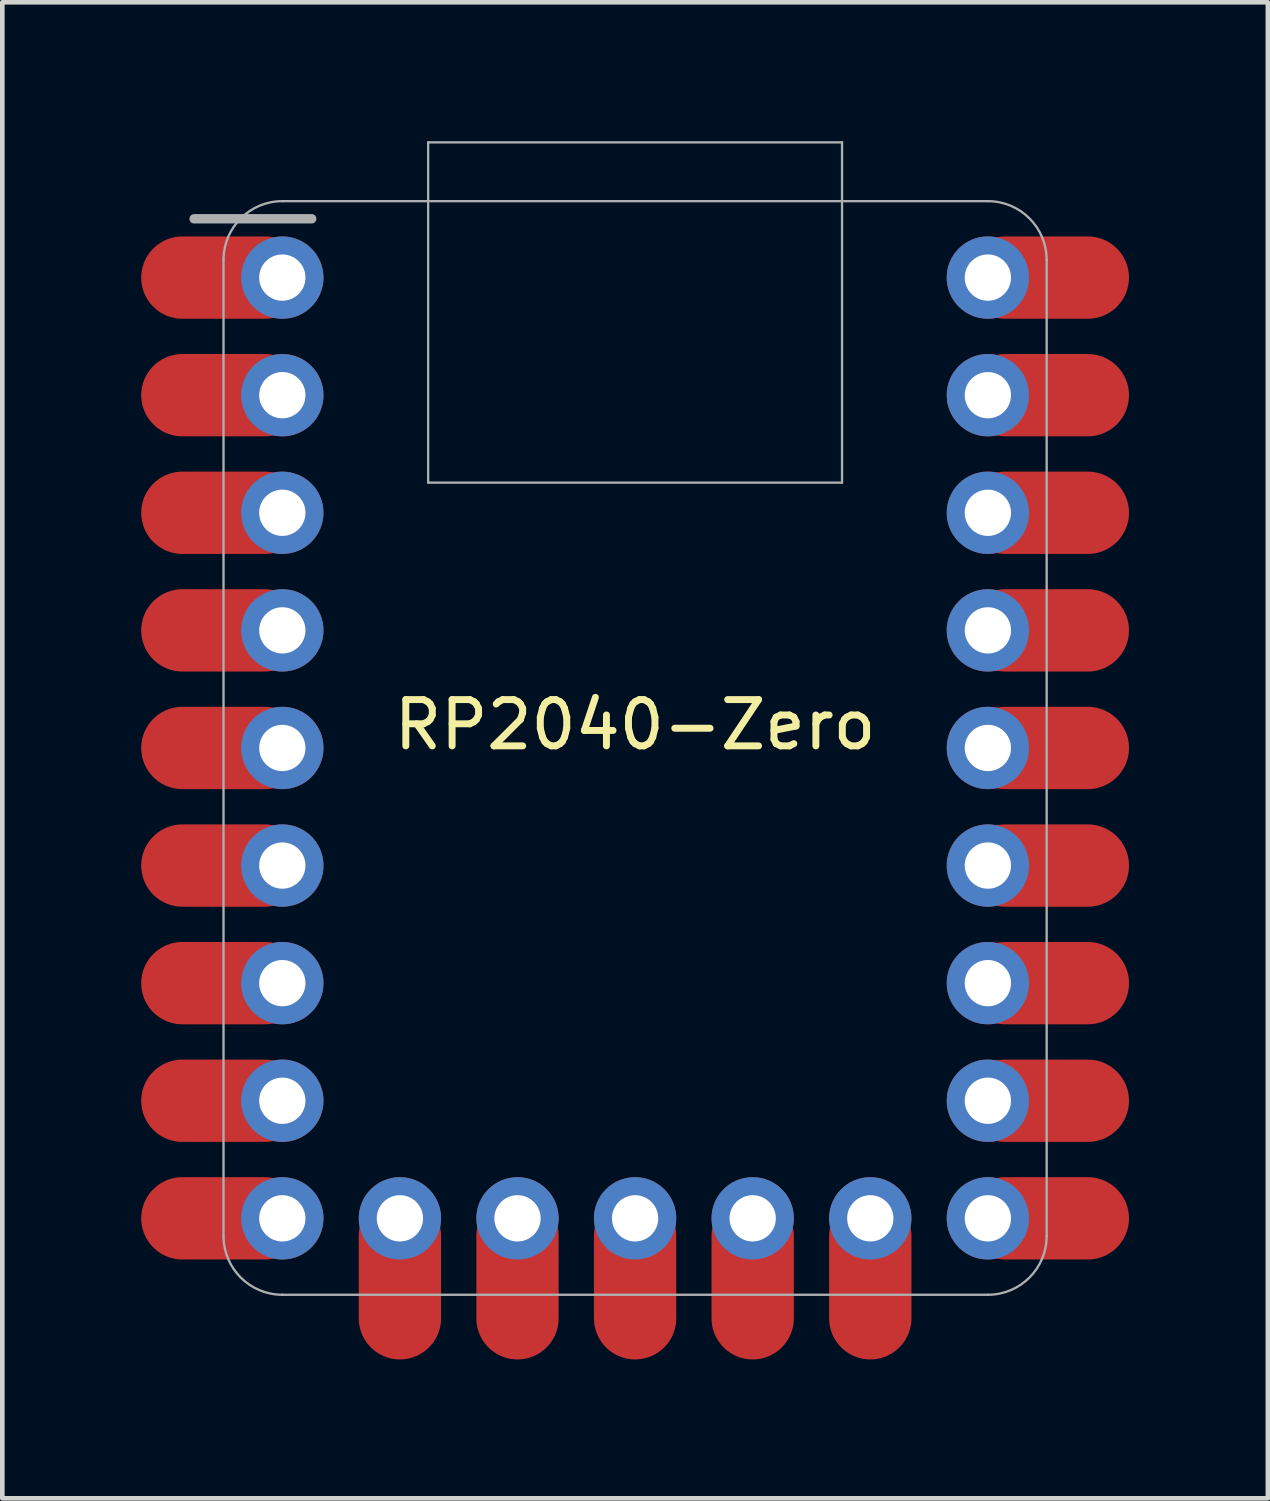
<source format=kicad_pcb>
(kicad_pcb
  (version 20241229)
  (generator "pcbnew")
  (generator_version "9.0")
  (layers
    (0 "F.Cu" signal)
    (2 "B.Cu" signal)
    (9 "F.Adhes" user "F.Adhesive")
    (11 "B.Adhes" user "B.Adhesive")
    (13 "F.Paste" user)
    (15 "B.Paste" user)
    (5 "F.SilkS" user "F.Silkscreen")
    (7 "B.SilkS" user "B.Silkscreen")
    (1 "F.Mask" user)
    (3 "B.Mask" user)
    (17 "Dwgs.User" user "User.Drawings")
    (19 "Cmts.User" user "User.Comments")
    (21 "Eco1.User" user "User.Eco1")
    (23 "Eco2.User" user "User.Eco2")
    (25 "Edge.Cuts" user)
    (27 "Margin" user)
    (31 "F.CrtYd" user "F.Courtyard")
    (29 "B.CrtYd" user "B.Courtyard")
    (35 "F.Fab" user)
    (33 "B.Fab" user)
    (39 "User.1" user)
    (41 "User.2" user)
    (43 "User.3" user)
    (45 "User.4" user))
  (footprint "RP2040-Zero"
    (layer "F.Cu")
    (at 10.668 13.106)
    (property "Reference" "RP2040-Zero" (at 0 -0.5 0) (unlocked yes) (layer "F.SilkS") (effects (font (size 1 1) (thickness 0.15))))
    (attr through_hole)
    (fp_line (start -8.89 10.541) (end -8.89 -10.541) (stroke (width 0.05) (type solid)) (layer "F.Fab"))
    (fp_line (start -7.62 -11.811) (end 7.62 -11.811) (stroke (width 0.05) (type solid)) (layer "F.Fab"))
    (fp_line (start -6.985 -11.43) (end -9.525 -11.43) (stroke (width 0.203) (type solid)) (layer "F.Fab"))
    (fp_line (start -4.47 -13.081) (end 4.47 -13.081) (stroke (width 0.05) (type solid)) (layer "F.Fab"))
    (fp_line (start -4.47 -5.731) (end -4.47 -13.081) (stroke (width 0.05) (type solid)) (layer "F.Fab"))
    (fp_line (start -4.47 -5.731) (end 4.47 -5.731) (stroke (width 0.05) (type solid)) (layer "F.Fab"))
    (fp_line (start 4.47 -13.081) (end 4.47 -5.731) (stroke (width 0.05) (type solid)) (layer "F.Fab"))
    (fp_line (start 7.62 11.811) (end -7.62 11.811) (stroke (width 0.05) (type solid)) (layer "F.Fab"))
    (fp_line (start 8.89 -10.541) (end 8.89 10.541) (stroke (width 0.05) (type solid)) (layer "F.Fab"))
    (fp_arc (start -8.890001 -10.541002) (mid -8.518026 -11.439027) (end -7.62 -11.811001) (stroke (width 0.05) (type solid)) (layer "F.Fab"))
    (fp_arc (start -7.620002 11.811) (mid -8.518027 11.439025) (end -8.890001 10.540999) (stroke (width 0.05) (type solid)) (layer "F.Fab"))
    (fp_arc (start 7.620002 -11.811) (mid 8.518027 -11.439025) (end 8.890001 -10.540999) (stroke (width 0.05) (type solid)) (layer "F.Fab"))
    (fp_arc (start 8.890001 10.541002) (mid 8.518026 11.439027) (end 7.62 11.811001) (stroke (width 0.05) (type solid)) (layer "F.Fab"))
    (pad "1" smd oval (at -8.89 -10.16) (size 3.556 1.778) (layers "F.Cu" "F.Mask" "F.Paste"))
    (pad "1" thru_hole circle (at -7.62 -10.16) (size 1.778 1.778) (drill 1) (layers "*.Cu" "*.Mask"))
    (pad "2" smd oval (at -8.89 -7.62) (size 3.556 1.778) (layers "F.Cu" "F.Mask" "F.Paste"))
    (pad "2" thru_hole circle (at -7.62 -7.62) (size 1.778 1.778) (drill 1) (layers "*.Cu" "*.Mask"))
    (pad "3" smd oval (at -8.89 -5.08) (size 3.556 1.778) (layers "F.Cu" "F.Mask" "F.Paste"))
    (pad "3" thru_hole circle (at -7.62 -5.08) (size 1.778 1.778) (drill 1) (layers "*.Cu" "*.Mask"))
    (pad "4" smd oval (at -8.89 -2.54) (size 3.556 1.778) (layers "F.Cu" "F.Mask" "F.Paste"))
    (pad "4" thru_hole circle (at -7.62 -2.54) (size 1.778 1.778) (drill 1) (layers "*.Cu" "*.Mask"))
    (pad "5" smd oval (at -8.89 0) (size 3.556 1.778) (layers "F.Cu" "F.Mask" "F.Paste"))
    (pad "5" thru_hole circle (at -7.62 0) (size 1.778 1.778) (drill 1) (layers "*.Cu" "*.Mask"))
    (pad "6" smd oval (at -8.89 2.54) (size 3.556 1.778) (layers "F.Cu" "F.Mask" "F.Paste"))
    (pad "6" thru_hole circle (at -7.62 2.54) (size 1.778 1.778) (drill 1) (layers "*.Cu" "*.Mask"))
    (pad "7" smd oval (at -8.89 5.08) (size 3.556 1.778) (layers "F.Cu" "F.Mask" "F.Paste"))
    (pad "7" thru_hole circle (at -7.62 5.08) (size 1.778 1.778) (drill 1) (layers "*.Cu" "*.Mask"))
    (pad "8" smd oval (at -8.89 7.62) (size 3.556 1.778) (layers "F.Cu" "F.Mask" "F.Paste"))
    (pad "8" thru_hole circle (at -7.62 7.62) (size 1.778 1.778) (drill 1) (layers "*.Cu" "*.Mask"))
    (pad "9" smd oval (at -8.89 10.16) (size 3.556 1.778) (layers "F.Cu" "F.Mask" "F.Paste"))
    (pad "9" thru_hole circle (at -7.62 10.16) (size 1.778 1.778) (drill 1) (layers "*.Cu" "*.Mask"))
    (pad "10" thru_hole circle (at -5.08 10.16 90) (size 1.778 1.778) (drill 1) (layers "*.Cu" "*.Mask"))
    (pad "10" smd oval (at -5.08 11.43 90) (size 3.556 1.778) (layers "F.Cu" "F.Mask" "F.Paste"))
    (pad "11" thru_hole circle (at -2.54 10.16 90) (size 1.778 1.778) (drill 1) (layers "*.Cu" "*.Mask"))
    (pad "11" smd oval (at -2.54 11.43 90) (size 3.556 1.778) (layers "F.Cu" "F.Mask" "F.Paste"))
    (pad "12" thru_hole circle (at 0 10.16 90) (size 1.778 1.778) (drill 1) (layers "*.Cu" "*.Mask"))
    (pad "12" smd oval (at 0 11.43 90) (size 3.556 1.778) (layers "F.Cu" "F.Mask" "F.Paste"))
    (pad "13" thru_hole circle (at 2.54 10.16 90) (size 1.778 1.778) (drill 1) (layers "*.Cu" "*.Mask"))
    (pad "13" smd oval (at 2.54 11.43 90) (size 3.556 1.778) (layers "F.Cu" "F.Mask" "F.Paste"))
    (pad "14" thru_hole circle (at 5.08 10.16 90) (size 1.778 1.778) (drill 1) (layers "*.Cu" "*.Mask"))
    (pad "14" smd oval (at 5.08 11.43 90) (size 3.556 1.778) (layers "F.Cu" "F.Mask" "F.Paste"))
    (pad "15" thru_hole circle (at 7.62 10.16 180) (size 1.778 1.778) (drill 1) (layers "*.Cu" "*.Mask"))
    (pad "15" smd oval (at 8.89 10.16 180) (size 3.556 1.778) (layers "F.Cu" "F.Mask" "F.Paste"))
    (pad "16" thru_hole circle (at 7.62 7.62 180) (size 1.778 1.778) (drill 1) (layers "*.Cu" "*.Mask"))
    (pad "16" smd oval (at 8.89 7.62 180) (size 3.556 1.778) (layers "F.Cu" "F.Mask" "F.Paste"))
    (pad "17" thru_hole circle (at 7.62 5.08 180) (size 1.778 1.778) (drill 1) (layers "*.Cu" "*.Mask"))
    (pad "17" smd oval (at 8.89 5.08 180) (size 3.556 1.778) (layers "F.Cu" "F.Mask" "F.Paste"))
    (pad "18" thru_hole circle (at 7.62 2.54 180) (size 1.778 1.778) (drill 1) (layers "*.Cu" "*.Mask"))
    (pad "18" smd oval (at 8.89 2.54 180) (size 3.556 1.778) (layers "F.Cu" "F.Mask" "F.Paste"))
    (pad "19" thru_hole circle (at 7.62 0 180) (size 1.778 1.778) (drill 1) (layers "*.Cu" "*.Mask"))
    (pad "19" smd oval (at 8.89 0 180) (size 3.556 1.778) (layers "F.Cu" "F.Mask" "F.Paste"))
    (pad "20" thru_hole circle (at 7.62 -2.54 180) (size 1.778 1.778) (drill 1) (layers "*.Cu" "*.Mask"))
    (pad "20" smd oval (at 8.89 -2.54 180) (size 3.556 1.778) (layers "F.Cu" "F.Mask" "F.Paste"))
    (pad "21" thru_hole circle (at 7.62 -5.08 180) (size 1.778 1.778) (drill 1) (layers "*.Cu" "*.Mask"))
    (pad "21" smd oval (at 8.89 -5.08 180) (size 3.556 1.778) (layers "F.Cu" "F.Mask" "F.Paste"))
    (pad "22" thru_hole circle (at 7.62 -7.62 180) (size 1.778 1.778) (drill 1) (layers "*.Cu" "*.Mask"))
    (pad "22" smd oval (at 8.89 -7.62 180) (size 3.556 1.778) (layers "F.Cu" "F.Mask" "F.Paste"))
    (pad "23" thru_hole circle (at 7.62 -10.16 180) (size 1.778 1.778) (drill 1) (layers "*.Cu" "*.Mask"))
    (pad "23" smd oval (at 8.89 -10.16 180) (size 3.556 1.778) (layers "F.Cu" "F.Mask" "F.Paste")))
  (gr_rect
    (start -3 -3)
    (end 24.336 29.314)
    (stroke (width 0.1) (type default))
    (fill no)
    (layer "Edge.Cuts")))
</source>
